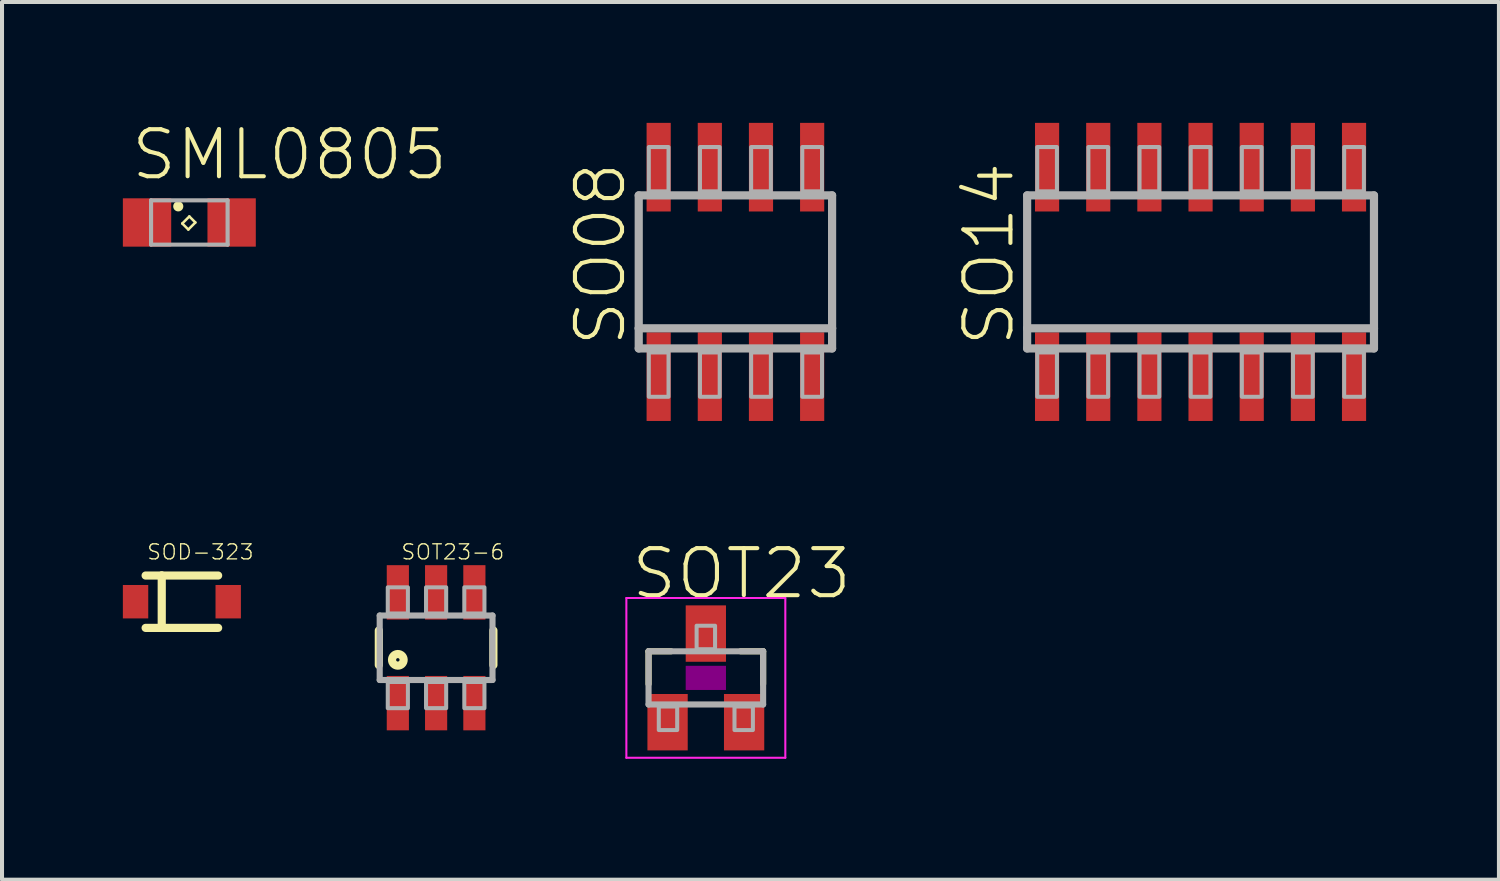
<source format=kicad_pcb>
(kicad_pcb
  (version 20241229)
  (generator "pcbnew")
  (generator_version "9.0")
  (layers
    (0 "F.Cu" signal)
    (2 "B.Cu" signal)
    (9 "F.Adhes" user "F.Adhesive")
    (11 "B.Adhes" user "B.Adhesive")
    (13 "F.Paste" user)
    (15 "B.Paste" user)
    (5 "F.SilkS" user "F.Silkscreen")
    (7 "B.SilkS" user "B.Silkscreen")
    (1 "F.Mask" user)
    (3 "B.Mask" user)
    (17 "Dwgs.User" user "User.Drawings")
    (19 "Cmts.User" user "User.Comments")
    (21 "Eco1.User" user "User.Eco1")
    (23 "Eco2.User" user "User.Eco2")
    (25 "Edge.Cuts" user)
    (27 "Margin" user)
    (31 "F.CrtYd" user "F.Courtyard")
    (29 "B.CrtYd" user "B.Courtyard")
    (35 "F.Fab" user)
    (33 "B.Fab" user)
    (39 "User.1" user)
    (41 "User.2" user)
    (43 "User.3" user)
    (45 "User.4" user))
  (footprint "SOT23"
    (layer "F.Cu")
    (at 14.472 13.778)
    (property "Reference" "SOT23" (at -1.905 -1.905 0) (layer "F.SilkS") (effects (font (size 1.168 1.168) (thickness 0.102)) (justify left bottom)))
    (fp_line (start -1.422 -0.66) (end -0.864 -0.66) (stroke (width 0.152) (type solid)) (layer "F.SilkS"))
    (fp_line (start -1.422 0.152) (end -1.422 -0.66) (stroke (width 0.152) (type solid)) (layer "F.SilkS"))
    (fp_line (start 0.864 -0.66) (end 1.422 -0.66) (stroke (width 0.152) (type solid)) (layer "F.SilkS"))
    (fp_line (start 1.422 -0.66) (end 1.422 0.152) (stroke (width 0.152) (type solid)) (layer "F.SilkS"))
    (fp_poly (pts (xy -0.5 0.3) (xy 0.5 0.3) (xy 0.5 -0.3) (xy -0.5 -0.3)) (stroke (width 0) (type solid)) (fill yes) (layer "F.Adhes"))
    (fp_line (start -1.973 -1.983) (end 1.973 -1.983) (stroke (width 0.051) (type solid)) (layer "F.CrtYd"))
    (fp_line (start -1.973 1.983) (end -1.973 -1.983) (stroke (width 0.051) (type solid)) (layer "F.CrtYd"))
    (fp_line (start 1.973 -1.983) (end 1.973 1.983) (stroke (width 0.051) (type solid)) (layer "F.CrtYd"))
    (fp_line (start 1.973 1.983) (end -1.973 1.983) (stroke (width 0.051) (type solid)) (layer "F.CrtYd"))
    (fp_line (start -1.422 -0.66) (end 1.422 -0.66) (stroke (width 0.152) (type solid)) (layer "F.Fab"))
    (fp_line (start -1.422 0.66) (end -1.422 -0.66) (stroke (width 0.152) (type solid)) (layer "F.Fab"))
    (fp_line (start 1.422 -0.66) (end 1.422 0.66) (stroke (width 0.152) (type solid)) (layer "F.Fab"))
    (fp_line (start 1.422 0.66) (end -1.422 0.66) (stroke (width 0.152) (type solid)) (layer "F.Fab"))
    (fp_poly (pts (xy -1.168 1.295) (xy -0.711 1.295) (xy -0.711 0.711) (xy -1.168 0.711)) (stroke (width 0.1) (type solid)) (fill no) (layer "F.Fab"))
    (fp_poly (pts (xy -0.229 -0.711) (xy 0.229 -0.711) (xy 0.229 -1.295) (xy -0.229 -1.295)) (stroke (width 0.1) (type solid)) (fill no) (layer "F.Fab"))
    (fp_poly (pts (xy 0.711 1.295) (xy 1.168 1.295) (xy 1.168 0.711) (xy 0.711 0.711)) (stroke (width 0.1) (type solid)) (fill no) (layer "F.Fab"))
    (pad "1" smd rect (at -0.95 1.1) (size 1 1.4) (layers "F.Cu" "F.Mask" "F.Paste"))
    (pad "2" smd rect (at 0.95 1.1) (size 1 1.4) (layers "F.Cu" "F.Mask" "F.Paste"))
    (pad "3" smd rect (at 0 -1.1) (size 1 1.4) (layers "F.Cu" "F.Mask" "F.Paste")))
  (footprint "SO08"
    (layer "F.Cu")
    (at 15.206 3.7)
    (property "Reference" "SO08" (at -2.667 1.905 90) (layer "F.SilkS") (effects (font (size 1.168 1.168) (thickness 0.102)) (justify left bottom)))
    (fp_line (start -2.4 -1.9) (end 2.4 -1.9) (stroke (width 0.203) (type solid)) (layer "F.Fab"))
    (fp_line (start -2.4 1.4) (end -2.4 -1.9) (stroke (width 0.203) (type solid)) (layer "F.Fab"))
    (fp_line (start -2.4 1.9) (end -2.4 1.4) (stroke (width 0.203) (type solid)) (layer "F.Fab"))
    (fp_line (start 2.4 -1.9) (end 2.4 1.4) (stroke (width 0.203) (type solid)) (layer "F.Fab"))
    (fp_line (start 2.4 1.4) (end -2.4 1.4) (stroke (width 0.203) (type solid)) (layer "F.Fab"))
    (fp_line (start 2.4 1.4) (end 2.4 1.9) (stroke (width 0.203) (type solid)) (layer "F.Fab"))
    (fp_line (start 2.4 1.9) (end -2.4 1.9) (stroke (width 0.203) (type solid)) (layer "F.Fab"))
    (fp_poly (pts (xy -2.15 -2) (xy -1.66 -2) (xy -1.66 -3.1) (xy -2.15 -3.1)) (stroke (width 0.1) (type solid)) (fill no) (layer "F.Fab"))
    (fp_poly (pts (xy -2.15 3.1) (xy -1.66 3.1) (xy -1.66 2) (xy -2.15 2)) (stroke (width 0.1) (type solid)) (fill no) (layer "F.Fab"))
    (fp_poly (pts (xy -0.88 -2) (xy -0.39 -2) (xy -0.39 -3.1) (xy -0.88 -3.1)) (stroke (width 0.1) (type solid)) (fill no) (layer "F.Fab"))
    (fp_poly (pts (xy -0.88 3.1) (xy -0.39 3.1) (xy -0.39 2) (xy -0.88 2)) (stroke (width 0.1) (type solid)) (fill no) (layer "F.Fab"))
    (fp_poly (pts (xy 0.39 -2) (xy 0.88 -2) (xy 0.88 -3.1) (xy 0.39 -3.1)) (stroke (width 0.1) (type solid)) (fill no) (layer "F.Fab"))
    (fp_poly (pts (xy 0.39 3.1) (xy 0.88 3.1) (xy 0.88 2) (xy 0.39 2)) (stroke (width 0.1) (type solid)) (fill no) (layer "F.Fab"))
    (fp_poly (pts (xy 1.66 -2) (xy 2.15 -2) (xy 2.15 -3.1) (xy 1.66 -3.1)) (stroke (width 0.1) (type solid)) (fill no) (layer "F.Fab"))
    (fp_poly (pts (xy 1.66 3.1) (xy 2.15 3.1) (xy 2.15 2) (xy 1.66 2)) (stroke (width 0.1) (type solid)) (fill no) (layer "F.Fab"))
    (pad "1" smd rect (at -1.905 2.6) (size 0.6 2.2) (layers "F.Cu" "F.Mask" "F.Paste"))
    (pad "2" smd rect (at -0.635 2.6) (size 0.6 2.2) (layers "F.Cu" "F.Mask" "F.Paste"))
    (pad "3" smd rect (at 0.635 2.6) (size 0.6 2.2) (layers "F.Cu" "F.Mask" "F.Paste"))
    (pad "4" smd rect (at 1.905 2.6) (size 0.6 2.2) (layers "F.Cu" "F.Mask" "F.Paste"))
    (pad "5" smd rect (at 1.905 -2.6) (size 0.6 2.2) (layers "F.Cu" "F.Mask" "F.Paste"))
    (pad "6" smd rect (at 0.635 -2.6) (size 0.6 2.2) (layers "F.Cu" "F.Mask" "F.Paste"))
    (pad "7" smd rect (at -0.635 -2.6) (size 0.6 2.2) (layers "F.Cu" "F.Mask" "F.Paste"))
    (pad "8" smd rect (at -1.905 -2.6) (size 0.6 2.2) (layers "F.Cu" "F.Mask" "F.Paste")))
  (footprint "SOT23-6"
    (layer "F.Cu")
    (at 7.776 13.03)
    (property "Reference" "SOT23-6" (at -0.889 -2.159 0) (layer "F.SilkS") (effects (font (size 0.374 0.374) (thickness 0.033)) (justify left bottom)))
    (fp_line (start -1.422 0.429) (end -1.422 -0.429) (stroke (width 0.203) (type solid)) (layer "F.SilkS"))
    (fp_line (start 1.422 -0.429) (end 1.422 0.429) (stroke (width 0.203) (type solid)) (layer "F.SilkS"))
    (fp_circle (center -0.95 0.3) (end -0.806 0.3) (stroke (width 0.203) (type solid)) (fill no) (layer "F.SilkS"))
    (fp_line (start -1.4 -0.8) (end -1.4 0.8) (stroke (width 0.152) (type solid)) (layer "F.Fab"))
    (fp_line (start -1.4 -0.8) (end 1.4 -0.8) (stroke (width 0.152) (type solid)) (layer "F.Fab"))
    (fp_line (start 1.4 -0.8) (end 1.4 0.8) (stroke (width 0.152) (type solid)) (layer "F.Fab"))
    (fp_line (start 1.4 0.8) (end -1.4 0.8) (stroke (width 0.152) (type solid)) (layer "F.Fab"))
    (fp_poly (pts (xy -1.2 -0.85) (xy -0.7 -0.85) (xy -0.7 -1.5) (xy -1.2 -1.5)) (stroke (width 0.1) (type solid)) (fill no) (layer "F.Fab"))
    (fp_poly (pts (xy -1.2 1.5) (xy -0.7 1.5) (xy -0.7 0.85) (xy -1.2 0.85)) (stroke (width 0.1) (type solid)) (fill no) (layer "F.Fab"))
    (fp_poly (pts (xy -0.25 -0.85) (xy 0.25 -0.85) (xy 0.25 -1.5) (xy -0.25 -1.5)) (stroke (width 0.1) (type solid)) (fill no) (layer "F.Fab"))
    (fp_poly (pts (xy -0.25 1.5) (xy 0.25 1.5) (xy 0.25 0.85) (xy -0.25 0.85)) (stroke (width 0.1) (type solid)) (fill no) (layer "F.Fab"))
    (fp_poly (pts (xy 0.7 -0.85) (xy 1.2 -0.85) (xy 1.2 -1.5) (xy 0.7 -1.5)) (stroke (width 0.1) (type solid)) (fill no) (layer "F.Fab"))
    (fp_poly (pts (xy 0.7 1.5) (xy 1.2 1.5) (xy 1.2 0.85) (xy 0.7 0.85)) (stroke (width 0.1) (type solid)) (fill no) (layer "F.Fab"))
    (pad "1" smd rect (at -0.95 1.375) (size 0.55 1.35) (layers "F.Cu" "F.Mask" "F.Paste"))
    (pad "2" smd rect (at 0 1.375) (size 0.55 1.35) (layers "F.Cu" "F.Mask" "F.Paste"))
    (pad "3" smd rect (at 0.95 1.375) (size 0.55 1.35) (layers "F.Cu" "F.Mask" "F.Paste"))
    (pad "4" smd rect (at 0.95 -1.375) (size 0.55 1.35) (layers "F.Cu" "F.Mask" "F.Paste"))
    (pad "5" smd rect (at 0 -1.375) (size 0.55 1.35) (layers "F.Cu" "F.Mask" "F.Paste"))
    (pad "6" smd rect (at -0.95 -1.375) (size 0.55 1.35) (layers "F.Cu" "F.Mask" "F.Paste")))
  (footprint "SML0805"
    (layer "F.Cu")
    (at 1.65 2.473)
    (property "Reference" "SML0805" (at -1.5 -1 0) (layer "F.SilkS") (effects (font (size 1.168 1.168) (thickness 0.102)) (justify left bottom)))
    (fp_line (start -0.175 0.025) (end 0 -0.15) (stroke (width 0.063) (type solid)) (layer "F.SilkS"))
    (fp_line (start -0.025 0.175) (end -0.175 0.025) (stroke (width 0.063) (type solid)) (layer "F.SilkS"))
    (fp_line (start 0 -0.15) (end 0.15 0) (stroke (width 0.063) (type solid)) (layer "F.SilkS"))
    (fp_line (start 0.15 0) (end -0.025 0.175) (stroke (width 0.063) (type solid)) (layer "F.SilkS"))
    (fp_circle (center -0.275 -0.4) (end -0.212 -0.4) (stroke (width 0.125) (type solid)) (fill yes) (layer "F.SilkS"))
    (fp_line (start -0.95 -0.55) (end -0.95 0.55) (stroke (width 0.102) (type solid)) (layer "F.Fab"))
    (fp_line (start -0.95 0.55) (end 0.95 0.55) (stroke (width 0.102) (type solid)) (layer "F.Fab"))
    (fp_line (start 0.95 -0.55) (end -0.95 -0.55) (stroke (width 0.102) (type solid)) (layer "F.Fab"))
    (fp_line (start 0.95 0.55) (end 0.95 -0.55) (stroke (width 0.102) (type solid)) (layer "F.Fab"))
    (pad "A" smd rect (at 1.05 0) (size 1.2 1.2) (layers "F.Cu" "F.Mask" "F.Paste"))
    (pad "C" smd rect (at -1.05 0) (size 1.2 1.2) (layers "F.Cu" "F.Mask" "F.Paste")))
  (footprint "SOD-323"
    (layer "F.Cu")
    (at 1.465 11.887)
    (property "Reference" "SOD-323" (at -0.889 -1.016 0) (layer "F.SilkS") (effects (font (size 0.374 0.374) (thickness 0.033)) (justify left bottom)))
    (fp_line (start -0.9 -0.65) (end -0.5 -0.65) (stroke (width 0.203) (type solid)) (layer "F.SilkS"))
    (fp_line (start -0.9 0.65) (end -0.5 0.65) (stroke (width 0.203) (type solid)) (layer "F.SilkS"))
    (fp_line (start -0.5 -0.65) (end -0.5 0.65) (stroke (width 0.203) (type solid)) (layer "F.SilkS"))
    (fp_line (start -0.5 -0.65) (end 0.9 -0.65) (stroke (width 0.203) (type solid)) (layer "F.SilkS"))
    (fp_line (start -0.5 0.65) (end 0.9 0.65) (stroke (width 0.203) (type solid)) (layer "F.SilkS"))
    (pad "1" smd rect (at -1.15 0) (size 0.63 0.83) (layers "F.Cu" "F.Mask" "F.Paste"))
    (pad "2" smd rect (at 1.15 0) (size 0.63 0.83) (layers "F.Cu" "F.Mask" "F.Paste")))
  (footprint "SO14"
    (layer "F.Cu")
    (at 26.753 3.7)
    (property "Reference" "SO14" (at -4.572 1.905 90) (layer "F.SilkS") (effects (font (size 1.168 1.168) (thickness 0.102)) (justify left bottom)))
    (fp_line (start -4.305 -1.9) (end 4.305 -1.9) (stroke (width 0.203) (type solid)) (layer "F.Fab"))
    (fp_line (start -4.305 1.4) (end -4.305 -1.9) (stroke (width 0.203) (type solid)) (layer "F.Fab"))
    (fp_line (start -4.305 1.9) (end -4.305 1.4) (stroke (width 0.203) (type solid)) (layer "F.Fab"))
    (fp_line (start 4.305 -1.9) (end 4.305 1.4) (stroke (width 0.203) (type solid)) (layer "F.Fab"))
    (fp_line (start 4.305 1.4) (end -4.305 1.4) (stroke (width 0.203) (type solid)) (layer "F.Fab"))
    (fp_line (start 4.305 1.4) (end 4.305 1.9) (stroke (width 0.203) (type solid)) (layer "F.Fab"))
    (fp_line (start 4.305 1.9) (end -4.305 1.9) (stroke (width 0.203) (type solid)) (layer "F.Fab"))
    (fp_poly (pts (xy -4.055 -2) (xy -3.565 -2) (xy -3.565 -3.1) (xy -4.055 -3.1)) (stroke (width 0.1) (type solid)) (fill no) (layer "F.Fab"))
    (fp_poly (pts (xy -4.055 3.1) (xy -3.565 3.1) (xy -3.565 2) (xy -4.055 2)) (stroke (width 0.1) (type solid)) (fill no) (layer "F.Fab"))
    (fp_poly (pts (xy -2.785 -2) (xy -2.295 -2) (xy -2.295 -3.1) (xy -2.785 -3.1)) (stroke (width 0.1) (type solid)) (fill no) (layer "F.Fab"))
    (fp_poly (pts (xy -2.785 3.1) (xy -2.295 3.1) (xy -2.295 2) (xy -2.785 2)) (stroke (width 0.1) (type solid)) (fill no) (layer "F.Fab"))
    (fp_poly (pts (xy -1.515 -2) (xy -1.025 -2) (xy -1.025 -3.1) (xy -1.515 -3.1)) (stroke (width 0.1) (type solid)) (fill no) (layer "F.Fab"))
    (fp_poly (pts (xy -1.515 3.1) (xy -1.025 3.1) (xy -1.025 2) (xy -1.515 2)) (stroke (width 0.1) (type solid)) (fill no) (layer "F.Fab"))
    (fp_poly (pts (xy -0.245 -2) (xy 0.245 -2) (xy 0.245 -3.1) (xy -0.245 -3.1)) (stroke (width 0.1) (type solid)) (fill no) (layer "F.Fab"))
    (fp_poly (pts (xy -0.245 3.1) (xy 0.245 3.1) (xy 0.245 2) (xy -0.245 2)) (stroke (width 0.1) (type solid)) (fill no) (layer "F.Fab"))
    (fp_poly (pts (xy 1.025 -2) (xy 1.515 -2) (xy 1.515 -3.1) (xy 1.025 -3.1)) (stroke (width 0.1) (type solid)) (fill no) (layer "F.Fab"))
    (fp_poly (pts (xy 1.025 3.1) (xy 1.515 3.1) (xy 1.515 2) (xy 1.025 2)) (stroke (width 0.1) (type solid)) (fill no) (layer "F.Fab"))
    (fp_poly (pts (xy 2.295 -2) (xy 2.785 -2) (xy 2.785 -3.1) (xy 2.295 -3.1)) (stroke (width 0.1) (type solid)) (fill no) (layer "F.Fab"))
    (fp_poly (pts (xy 2.295 3.1) (xy 2.785 3.1) (xy 2.785 2) (xy 2.295 2)) (stroke (width 0.1) (type solid)) (fill no) (layer "F.Fab"))
    (fp_poly (pts (xy 3.565 -2) (xy 4.055 -2) (xy 4.055 -3.1) (xy 3.565 -3.1)) (stroke (width 0.1) (type solid)) (fill no) (layer "F.Fab"))
    (fp_poly (pts (xy 3.565 3.1) (xy 4.055 3.1) (xy 4.055 2) (xy 3.565 2)) (stroke (width 0.1) (type solid)) (fill no) (layer "F.Fab"))
    (pad "1" smd rect (at -3.81 2.6) (size 0.6 2.2) (layers "F.Cu" "F.Mask" "F.Paste"))
    (pad "2" smd rect (at -2.54 2.6) (size 0.6 2.2) (layers "F.Cu" "F.Mask" "F.Paste"))
    (pad "3" smd rect (at -1.27 2.6) (size 0.6 2.2) (layers "F.Cu" "F.Mask" "F.Paste"))
    (pad "4" smd rect (at 0 2.6) (size 0.6 2.2) (layers "F.Cu" "F.Mask" "F.Paste"))
    (pad "5" smd rect (at 1.27 2.6) (size 0.6 2.2) (layers "F.Cu" "F.Mask" "F.Paste"))
    (pad "6" smd rect (at 2.54 2.6) (size 0.6 2.2) (layers "F.Cu" "F.Mask" "F.Paste"))
    (pad "7" smd rect (at 3.81 2.6) (size 0.6 2.2) (layers "F.Cu" "F.Mask" "F.Paste"))
    (pad "8" smd rect (at 3.81 -2.6) (size 0.6 2.2) (layers "F.Cu" "F.Mask" "F.Paste"))
    (pad "9" smd rect (at 2.54 -2.6) (size 0.6 2.2) (layers "F.Cu" "F.Mask" "F.Paste"))
    (pad "10" smd rect (at 1.27 -2.6) (size 0.6 2.2) (layers "F.Cu" "F.Mask" "F.Paste"))
    (pad "11" smd rect (at 0 -2.6) (size 0.6 2.2) (layers "F.Cu" "F.Mask" "F.Paste"))
    (pad "12" smd rect (at -1.27 -2.6) (size 0.6 2.2) (layers "F.Cu" "F.Mask" "F.Paste"))
    (pad "13" smd rect (at -2.54 -2.6) (size 0.6 2.2) (layers "F.Cu" "F.Mask" "F.Paste"))
    (pad "14" smd rect (at -3.81 -2.6) (size 0.6 2.2) (layers "F.Cu" "F.Mask" "F.Paste")))
  (gr_rect
    (start -3 -3)
    (end 34.16 18.787)
    (stroke (width 0.1) (type default))
    (fill no)
    (layer "Edge.Cuts")))
</source>
